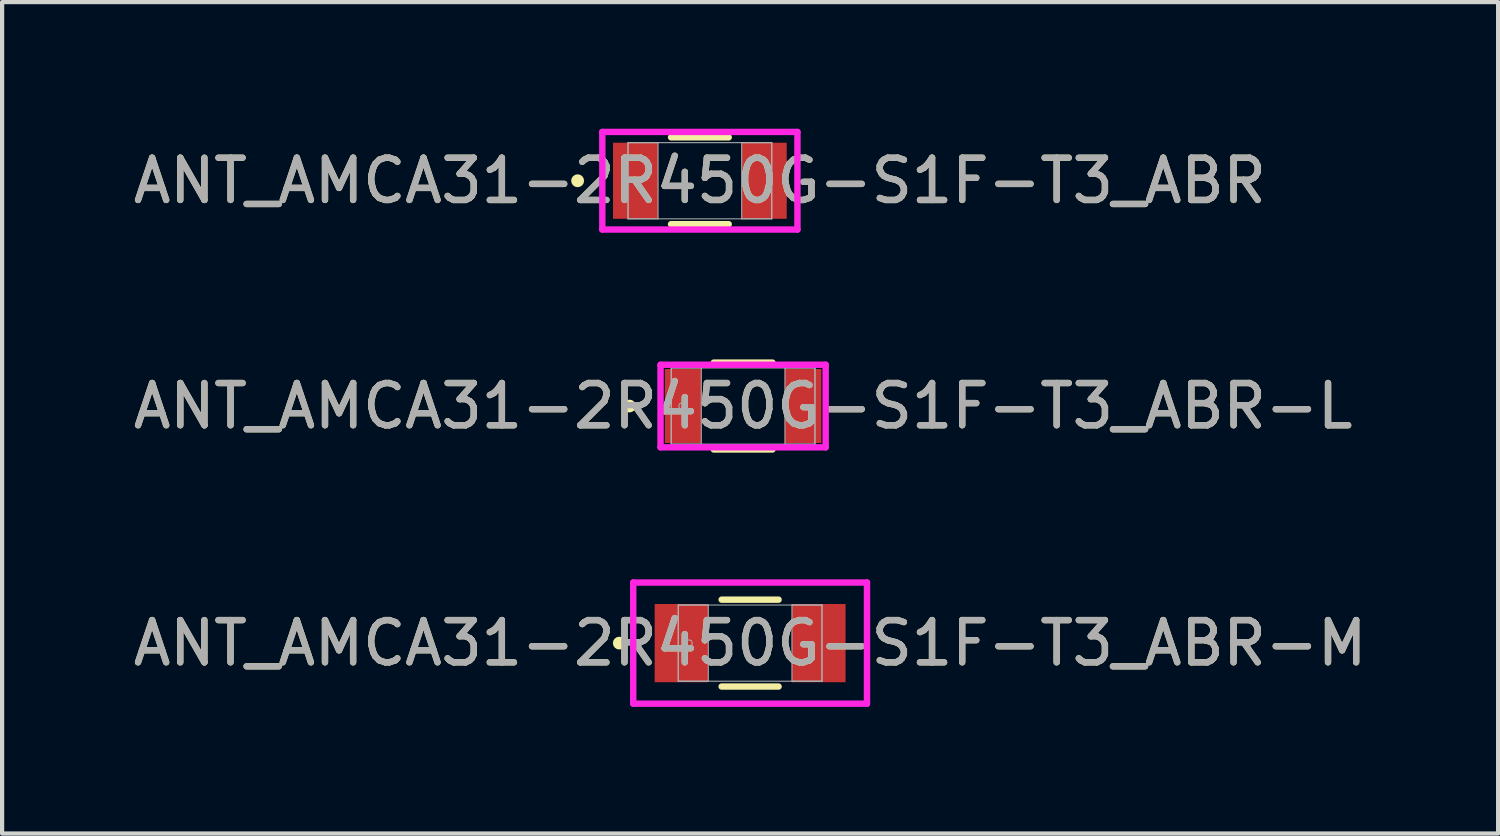
<source format=kicad_pcb>
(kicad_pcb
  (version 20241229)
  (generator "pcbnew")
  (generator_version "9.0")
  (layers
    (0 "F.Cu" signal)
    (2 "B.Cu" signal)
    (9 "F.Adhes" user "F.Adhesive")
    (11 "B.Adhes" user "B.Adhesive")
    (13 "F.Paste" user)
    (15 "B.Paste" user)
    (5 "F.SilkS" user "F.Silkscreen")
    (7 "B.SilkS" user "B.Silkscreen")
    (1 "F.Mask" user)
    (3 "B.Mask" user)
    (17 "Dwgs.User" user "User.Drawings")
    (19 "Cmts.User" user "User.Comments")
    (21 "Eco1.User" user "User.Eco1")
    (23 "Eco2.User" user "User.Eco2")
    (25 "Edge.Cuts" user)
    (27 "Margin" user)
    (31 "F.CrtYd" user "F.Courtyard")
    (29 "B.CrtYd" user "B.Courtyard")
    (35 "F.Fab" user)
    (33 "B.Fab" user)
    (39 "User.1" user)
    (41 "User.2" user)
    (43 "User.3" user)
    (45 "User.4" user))
  (footprint "ANT_AMCA31-2R450G-S1F-T3_ABR-L"
    (layer "F.Cu")
    (at 14.554 6.569)
    (property "Reference" "ANT_AMCA31-2R450G-S1F-T3_ABR-L" (at 0 0 0) (unlocked yes) (layer "F.SilkS") (effects (font (size 1 1) (thickness 0.15))))
    (attr smd)
    (fp_line (start -0.695 1.029) (end 0.695 1.029) (stroke (width 0.152) (type solid)) (layer "F.SilkS"))
    (fp_line (start 0.695 -1.029) (end -0.695 -1.029) (stroke (width 0.152) (type solid)) (layer "F.SilkS"))
    (fp_circle (center -2.692 0) (end -2.616 0) (stroke (width 0.152) (type solid)) (fill no) (layer "F.SilkS"))
    (fp_line (start -1.956 -0.978) (end 1.956 -0.978) (stroke (width 0.152) (type solid)) (layer "F.CrtYd"))
    (fp_line (start -1.956 0.978) (end -1.956 -0.978) (stroke (width 0.152) (type solid)) (layer "F.CrtYd"))
    (fp_line (start 1.956 -0.978) (end 1.956 0.978) (stroke (width 0.152) (type solid)) (layer "F.CrtYd"))
    (fp_line (start 1.956 0.978) (end -1.956 0.978) (stroke (width 0.152) (type solid)) (layer "F.CrtYd"))
    (fp_line (start -1.702 -0.902) (end -1.702 0.902) (stroke (width 0.025) (type solid)) (layer "F.Fab"))
    (fp_line (start -1.702 -0.902) (end -1.702 0.902) (stroke (width 0.025) (type solid)) (layer "F.Fab"))
    (fp_line (start -1.702 0.902) (end -0.991 0.902) (stroke (width 0.025) (type solid)) (layer "F.Fab"))
    (fp_line (start -1.702 0.902) (end 1.702 0.902) (stroke (width 0.025) (type solid)) (layer "F.Fab"))
    (fp_line (start -0.991 -0.902) (end -1.702 -0.902) (stroke (width 0.025) (type solid)) (layer "F.Fab"))
    (fp_line (start -0.991 0.902) (end -0.991 -0.902) (stroke (width 0.025) (type solid)) (layer "F.Fab"))
    (fp_line (start 0.991 -0.902) (end 0.991 0.902) (stroke (width 0.025) (type solid)) (layer "F.Fab"))
    (fp_line (start 0.991 0.902) (end 1.702 0.902) (stroke (width 0.025) (type solid)) (layer "F.Fab"))
    (fp_line (start 1.702 -0.902) (end -1.702 -0.902) (stroke (width 0.025) (type solid)) (layer "F.Fab"))
    (fp_line (start 1.702 -0.902) (end 0.991 -0.902) (stroke (width 0.025) (type solid)) (layer "F.Fab"))
    (fp_line (start 1.702 0.902) (end 1.702 -0.902) (stroke (width 0.025) (type solid)) (layer "F.Fab"))
    (fp_line (start 1.702 0.902) (end 1.702 -0.902) (stroke (width 0.025) (type solid)) (layer "F.Fab"))
    (fp_circle (center -1.448 0) (end -1.372 0) (stroke (width 0.025) (type solid)) (fill no) (layer "F.Fab"))
    (fp_text user "${REFERENCE}" (at 0 0 0) (unlocked yes) (layer "F.Fab") (effects (font (size 1 1) (thickness 0.15))))
    (pad "1" smd rect (at -1.422 0) (size 0.864 1.753) (layers "F.Cu" "F.Mask" "F.Paste"))
    (pad "2" smd rect (at 1.422 0) (size 0.864 1.753) (layers "F.Cu" "F.Mask" "F.Paste"))
    (zone (net_name "") (layer "F.Cu") (hatch full 0.508) (connect_pads) (min_thickness 0.254) (filled_areas_thickness no) (keepout (tracks not_allowed) (vias not_allowed) (pads allowed) (copperpour not_allowed) (footprints allowed)) (placement (enabled no)) (fill) (polygon (pts (xy 13.614 5.718) (xy 15.493 5.718) (xy 15.493 7.42) (xy 13.614 7.42)))))
  (footprint "ANT_AMCA31-2R450G-S1F-T3_ABR"
    (layer "F.Cu")
    (at 13.53 1.232)
    (property "Reference" "ANT_AMCA31-2R450G-S1F-T3_ABR" (at 0 0 0) (unlocked yes) (layer "F.SilkS") (effects (font (size 1 1) (thickness 0.15))))
    (attr smd)
    (fp_line (start -0.683 1.029) (end 0.683 1.029) (stroke (width 0.152) (type solid)) (layer "F.SilkS"))
    (fp_line (start 0.683 -1.029) (end -0.683 -1.029) (stroke (width 0.152) (type solid)) (layer "F.SilkS"))
    (fp_circle (center -2.896 0) (end -2.819 0) (stroke (width 0.152) (type solid)) (fill no) (layer "F.SilkS"))
    (fp_line (start -2.311 -1.156) (end 2.311 -1.156) (stroke (width 0.152) (type solid)) (layer "F.CrtYd"))
    (fp_line (start -2.311 1.156) (end -2.311 -1.156) (stroke (width 0.152) (type solid)) (layer "F.CrtYd"))
    (fp_line (start 2.311 -1.156) (end 2.311 1.156) (stroke (width 0.152) (type solid)) (layer "F.CrtYd"))
    (fp_line (start 2.311 1.156) (end -2.311 1.156) (stroke (width 0.152) (type solid)) (layer "F.CrtYd"))
    (fp_line (start -1.702 -0.902) (end -1.702 0.902) (stroke (width 0.025) (type solid)) (layer "F.Fab"))
    (fp_line (start -1.702 -0.902) (end -1.702 0.902) (stroke (width 0.025) (type solid)) (layer "F.Fab"))
    (fp_line (start -1.702 0.902) (end -0.991 0.902) (stroke (width 0.025) (type solid)) (layer "F.Fab"))
    (fp_line (start -1.702 0.902) (end 1.702 0.902) (stroke (width 0.025) (type solid)) (layer "F.Fab"))
    (fp_line (start -0.991 -0.902) (end -1.702 -0.902) (stroke (width 0.025) (type solid)) (layer "F.Fab"))
    (fp_line (start -0.991 0.902) (end -0.991 -0.902) (stroke (width 0.025) (type solid)) (layer "F.Fab"))
    (fp_line (start 0.991 -0.902) (end 0.991 0.902) (stroke (width 0.025) (type solid)) (layer "F.Fab"))
    (fp_line (start 0.991 0.902) (end 1.702 0.902) (stroke (width 0.025) (type solid)) (layer "F.Fab"))
    (fp_line (start 1.702 -0.902) (end -1.702 -0.902) (stroke (width 0.025) (type solid)) (layer "F.Fab"))
    (fp_line (start 1.702 -0.902) (end 0.991 -0.902) (stroke (width 0.025) (type solid)) (layer "F.Fab"))
    (fp_line (start 1.702 0.902) (end 1.702 -0.902) (stroke (width 0.025) (type solid)) (layer "F.Fab"))
    (fp_line (start 1.702 0.902) (end 1.702 -0.902) (stroke (width 0.025) (type solid)) (layer "F.Fab"))
    (fp_circle (center -1.448 0) (end -1.372 0) (stroke (width 0.025) (type solid)) (fill no) (layer "F.Fab"))
    (fp_text user "${REFERENCE}" (at 0 0 0) (unlocked yes) (layer "F.Fab") (effects (font (size 1 1) (thickness 0.15))))
    (pad "1" smd rect (at -1.524 0) (size 1.067 1.803) (layers "F.Cu" "F.Mask" "F.Paste"))
    (pad "2" smd rect (at 1.524 0) (size 1.067 1.803) (layers "F.Cu" "F.Mask" "F.Paste"))
    (zone (net_name "") (layer "F.Cu") (hatch full 0.508) (connect_pads) (min_thickness 0.254) (filled_areas_thickness no) (keepout (tracks not_allowed) (vias not_allowed) (pads allowed) (copperpour not_allowed) (footprints allowed)) (placement (enabled no)) (fill) (polygon (pts (xy 12.59 0.381) (xy 14.47 0.381) (xy 14.47 2.083) (xy 12.59 2.083)))))
  (footprint "ANT_AMCA31-2R450G-S1F-T3_ABR-M"
    (layer "F.Cu")
    (at 14.72 12.185)
    (property "Reference" "ANT_AMCA31-2R450G-S1F-T3_ABR-M" (at 0 0 0) (unlocked yes) (layer "F.SilkS") (effects (font (size 1 1) (thickness 0.15))))
    (attr smd)
    (fp_line (start -0.674 1.029) (end 0.674 1.029) (stroke (width 0.152) (type solid)) (layer "F.SilkS"))
    (fp_line (start 0.674 -1.029) (end -0.674 -1.029) (stroke (width 0.152) (type solid)) (layer "F.SilkS"))
    (fp_circle (center -3.099 0) (end -3.023 0) (stroke (width 0.152) (type solid)) (fill no) (layer "F.SilkS"))
    (fp_line (start -2.769 -1.435) (end 2.769 -1.435) (stroke (width 0.152) (type solid)) (layer "F.CrtYd"))
    (fp_line (start -2.769 1.435) (end -2.769 -1.435) (stroke (width 0.152) (type solid)) (layer "F.CrtYd"))
    (fp_line (start 2.769 -1.435) (end 2.769 1.435) (stroke (width 0.152) (type solid)) (layer "F.CrtYd"))
    (fp_line (start 2.769 1.435) (end -2.769 1.435) (stroke (width 0.152) (type solid)) (layer "F.CrtYd"))
    (fp_line (start -1.702 -0.902) (end -1.702 0.902) (stroke (width 0.025) (type solid)) (layer "F.Fab"))
    (fp_line (start -1.702 -0.902) (end -1.702 0.902) (stroke (width 0.025) (type solid)) (layer "F.Fab"))
    (fp_line (start -1.702 0.902) (end -0.991 0.902) (stroke (width 0.025) (type solid)) (layer "F.Fab"))
    (fp_line (start -1.702 0.902) (end 1.702 0.902) (stroke (width 0.025) (type solid)) (layer "F.Fab"))
    (fp_line (start -0.991 -0.902) (end -1.702 -0.902) (stroke (width 0.025) (type solid)) (layer "F.Fab"))
    (fp_line (start -0.991 0.902) (end -0.991 -0.902) (stroke (width 0.025) (type solid)) (layer "F.Fab"))
    (fp_line (start 0.991 -0.902) (end 0.991 0.902) (stroke (width 0.025) (type solid)) (layer "F.Fab"))
    (fp_line (start 0.991 0.902) (end 1.702 0.902) (stroke (width 0.025) (type solid)) (layer "F.Fab"))
    (fp_line (start 1.702 -0.902) (end -1.702 -0.902) (stroke (width 0.025) (type solid)) (layer "F.Fab"))
    (fp_line (start 1.702 -0.902) (end 0.991 -0.902) (stroke (width 0.025) (type solid)) (layer "F.Fab"))
    (fp_line (start 1.702 0.902) (end 1.702 -0.902) (stroke (width 0.025) (type solid)) (layer "F.Fab"))
    (fp_line (start 1.702 0.902) (end 1.702 -0.902) (stroke (width 0.025) (type solid)) (layer "F.Fab"))
    (fp_circle (center -1.448 0) (end -1.372 0) (stroke (width 0.025) (type solid)) (fill no) (layer "F.Fab"))
    (fp_text user "${REFERENCE}" (at 0 0 0) (unlocked yes) (layer "F.Fab") (effects (font (size 1 1) (thickness 0.15))))
    (pad "1" smd rect (at -1.626 0) (size 1.27 1.854) (layers "F.Cu" "F.Mask" "F.Paste"))
    (pad "2" smd rect (at 1.626 0) (size 1.27 1.854) (layers "F.Cu" "F.Mask" "F.Paste"))
    (zone (net_name "") (layer "F.Cu") (hatch full 0.508) (connect_pads) (min_thickness 0.254) (filled_areas_thickness no) (keepout (tracks not_allowed) (vias not_allowed) (pads allowed) (copperpour not_allowed) (footprints allowed)) (placement (enabled no)) (fill) (polygon (pts (xy 13.78 11.334) (xy 15.66 11.334) (xy 15.66 13.036) (xy 13.78 13.036)))))
  (gr_rect
    (start -3 -3)
    (end 32.44 16.696)
    (stroke (width 0.1) (type default))
    (fill no)
    (layer "Edge.Cuts")))
</source>
